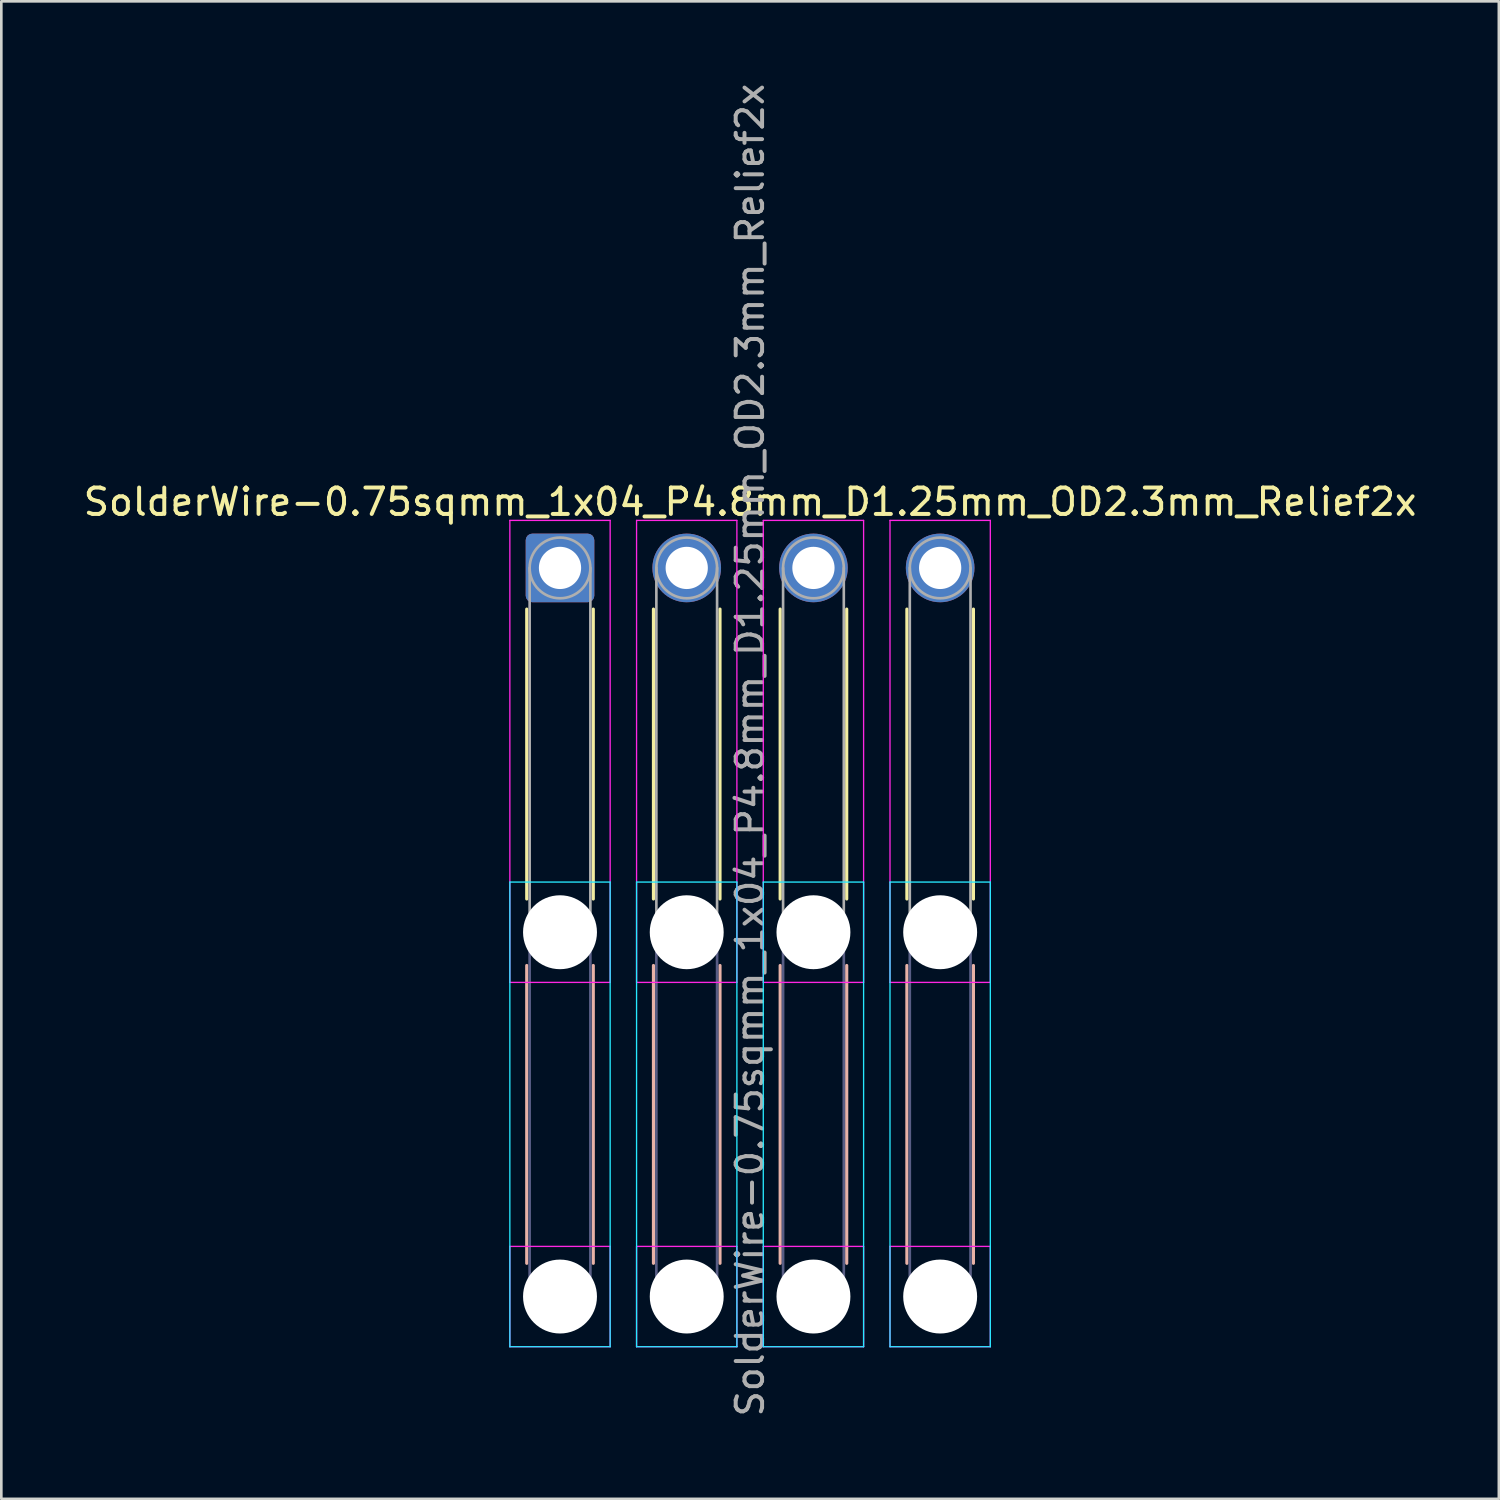
<source format=kicad_pcb>
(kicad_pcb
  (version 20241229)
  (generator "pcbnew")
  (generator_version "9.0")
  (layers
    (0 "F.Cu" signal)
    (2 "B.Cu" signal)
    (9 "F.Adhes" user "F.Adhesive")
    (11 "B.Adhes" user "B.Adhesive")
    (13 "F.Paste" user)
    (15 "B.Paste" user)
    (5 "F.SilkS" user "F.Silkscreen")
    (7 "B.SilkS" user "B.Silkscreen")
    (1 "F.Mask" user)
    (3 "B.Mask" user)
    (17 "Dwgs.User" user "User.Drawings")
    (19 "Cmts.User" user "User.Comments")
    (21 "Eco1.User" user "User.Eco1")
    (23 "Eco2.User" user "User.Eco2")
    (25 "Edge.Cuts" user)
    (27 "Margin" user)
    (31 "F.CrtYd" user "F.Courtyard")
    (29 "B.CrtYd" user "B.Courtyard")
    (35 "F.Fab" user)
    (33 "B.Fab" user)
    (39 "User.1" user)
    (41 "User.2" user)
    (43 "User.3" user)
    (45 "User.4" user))
  (footprint "SolderWire-0.75sqmm_1x04_P4.8mm_D1.25mm_OD2.3mm_Relief2x"
    (layer "F.Cu")
    (at 18.163 18.463)
    (property "Reference" "SolderWire-0.75sqmm_1x04_P4.8mm_D1.25mm_OD2.3mm_Relief2x" (at 7.2 -2.5 0) (layer "F.SilkS") (effects (font (size 1 1) (thickness 0.15))))
    (attr exclude_from_pos_files exclude_from_bom)
    (fp_line (start -1.26 1.56) (end -1.26 12.54) (stroke (width 0.12) (type solid)) (layer "F.SilkS"))
    (fp_line (start 1.26 1.56) (end 1.26 12.54) (stroke (width 0.12) (type solid)) (layer "F.SilkS"))
    (fp_line (start 3.54 1.56) (end 3.54 12.54) (stroke (width 0.12) (type solid)) (layer "F.SilkS"))
    (fp_line (start 6.06 1.56) (end 6.06 12.54) (stroke (width 0.12) (type solid)) (layer "F.SilkS"))
    (fp_line (start 8.34 1.56) (end 8.34 12.54) (stroke (width 0.12) (type solid)) (layer "F.SilkS"))
    (fp_line (start 10.86 1.56) (end 10.86 12.54) (stroke (width 0.12) (type solid)) (layer "F.SilkS"))
    (fp_line (start 13.14 1.56) (end 13.14 12.54) (stroke (width 0.12) (type solid)) (layer "F.SilkS"))
    (fp_line (start 15.66 1.56) (end 15.66 12.54) (stroke (width 0.12) (type solid)) (layer "F.SilkS"))
    (fp_line (start -1.26 15.06) (end -1.26 26.34) (stroke (width 0.12) (type solid)) (layer "B.SilkS"))
    (fp_line (start 1.26 15.06) (end 1.26 26.34) (stroke (width 0.12) (type solid)) (layer "B.SilkS"))
    (fp_line (start 3.54 15.06) (end 3.54 26.34) (stroke (width 0.12) (type solid)) (layer "B.SilkS"))
    (fp_line (start 6.06 15.06) (end 6.06 26.34) (stroke (width 0.12) (type solid)) (layer "B.SilkS"))
    (fp_line (start 8.34 15.06) (end 8.34 26.34) (stroke (width 0.12) (type solid)) (layer "B.SilkS"))
    (fp_line (start 10.86 15.06) (end 10.86 26.34) (stroke (width 0.12) (type solid)) (layer "B.SilkS"))
    (fp_line (start 13.14 15.06) (end 13.14 26.34) (stroke (width 0.12) (type solid)) (layer "B.SilkS"))
    (fp_line (start 15.66 15.06) (end 15.66 26.34) (stroke (width 0.12) (type solid)) (layer "B.SilkS"))
    (fp_line (start -1.9 11.9) (end -1.9 29.5) (stroke (width 0.05) (type solid)) (layer "B.CrtYd"))
    (fp_line (start -1.9 29.5) (end 1.9 29.5) (stroke (width 0.05) (type solid)) (layer "B.CrtYd"))
    (fp_line (start 1.9 11.9) (end -1.9 11.9) (stroke (width 0.05) (type solid)) (layer "B.CrtYd"))
    (fp_line (start 1.9 29.5) (end 1.9 11.9) (stroke (width 0.05) (type solid)) (layer "B.CrtYd"))
    (fp_line (start 2.9 11.9) (end 2.9 29.5) (stroke (width 0.05) (type solid)) (layer "B.CrtYd"))
    (fp_line (start 2.9 29.5) (end 6.7 29.5) (stroke (width 0.05) (type solid)) (layer "B.CrtYd"))
    (fp_line (start 6.7 11.9) (end 2.9 11.9) (stroke (width 0.05) (type solid)) (layer "B.CrtYd"))
    (fp_line (start 6.7 29.5) (end 6.7 11.9) (stroke (width 0.05) (type solid)) (layer "B.CrtYd"))
    (fp_line (start 7.7 11.9) (end 7.7 29.5) (stroke (width 0.05) (type solid)) (layer "B.CrtYd"))
    (fp_line (start 7.7 29.5) (end 11.5 29.5) (stroke (width 0.05) (type solid)) (layer "B.CrtYd"))
    (fp_line (start 11.5 11.9) (end 7.7 11.9) (stroke (width 0.05) (type solid)) (layer "B.CrtYd"))
    (fp_line (start 11.5 29.5) (end 11.5 11.9) (stroke (width 0.05) (type solid)) (layer "B.CrtYd"))
    (fp_line (start 12.5 11.9) (end 12.5 29.5) (stroke (width 0.05) (type solid)) (layer "B.CrtYd"))
    (fp_line (start 12.5 29.5) (end 16.3 29.5) (stroke (width 0.05) (type solid)) (layer "B.CrtYd"))
    (fp_line (start 16.3 11.9) (end 12.5 11.9) (stroke (width 0.05) (type solid)) (layer "B.CrtYd"))
    (fp_line (start 16.3 29.5) (end 16.3 11.9) (stroke (width 0.05) (type solid)) (layer "B.CrtYd"))
    (fp_line (start -1.9 -1.8) (end -1.9 15.7) (stroke (width 0.05) (type solid)) (layer "F.CrtYd"))
    (fp_line (start -1.9 15.7) (end 1.9 15.7) (stroke (width 0.05) (type solid)) (layer "F.CrtYd"))
    (fp_line (start -1.9 25.7) (end -1.9 29.5) (stroke (width 0.05) (type solid)) (layer "F.CrtYd"))
    (fp_line (start -1.9 29.5) (end 1.9 29.5) (stroke (width 0.05) (type solid)) (layer "F.CrtYd"))
    (fp_line (start 1.9 -1.8) (end -1.9 -1.8) (stroke (width 0.05) (type solid)) (layer "F.CrtYd"))
    (fp_line (start 1.9 15.7) (end 1.9 -1.8) (stroke (width 0.05) (type solid)) (layer "F.CrtYd"))
    (fp_line (start 1.9 25.7) (end -1.9 25.7) (stroke (width 0.05) (type solid)) (layer "F.CrtYd"))
    (fp_line (start 1.9 29.5) (end 1.9 25.7) (stroke (width 0.05) (type solid)) (layer "F.CrtYd"))
    (fp_line (start 2.9 -1.8) (end 2.9 15.7) (stroke (width 0.05) (type solid)) (layer "F.CrtYd"))
    (fp_line (start 2.9 15.7) (end 6.7 15.7) (stroke (width 0.05) (type solid)) (layer "F.CrtYd"))
    (fp_line (start 2.9 25.7) (end 2.9 29.5) (stroke (width 0.05) (type solid)) (layer "F.CrtYd"))
    (fp_line (start 2.9 29.5) (end 6.7 29.5) (stroke (width 0.05) (type solid)) (layer "F.CrtYd"))
    (fp_line (start 6.7 -1.8) (end 2.9 -1.8) (stroke (width 0.05) (type solid)) (layer "F.CrtYd"))
    (fp_line (start 6.7 15.7) (end 6.7 -1.8) (stroke (width 0.05) (type solid)) (layer "F.CrtYd"))
    (fp_line (start 6.7 25.7) (end 2.9 25.7) (stroke (width 0.05) (type solid)) (layer "F.CrtYd"))
    (fp_line (start 6.7 29.5) (end 6.7 25.7) (stroke (width 0.05) (type solid)) (layer "F.CrtYd"))
    (fp_line (start 7.7 -1.8) (end 7.7 15.7) (stroke (width 0.05) (type solid)) (layer "F.CrtYd"))
    (fp_line (start 7.7 15.7) (end 11.5 15.7) (stroke (width 0.05) (type solid)) (layer "F.CrtYd"))
    (fp_line (start 7.7 25.7) (end 7.7 29.5) (stroke (width 0.05) (type solid)) (layer "F.CrtYd"))
    (fp_line (start 7.7 29.5) (end 11.5 29.5) (stroke (width 0.05) (type solid)) (layer "F.CrtYd"))
    (fp_line (start 11.5 -1.8) (end 7.7 -1.8) (stroke (width 0.05) (type solid)) (layer "F.CrtYd"))
    (fp_line (start 11.5 15.7) (end 11.5 -1.8) (stroke (width 0.05) (type solid)) (layer "F.CrtYd"))
    (fp_line (start 11.5 25.7) (end 7.7 25.7) (stroke (width 0.05) (type solid)) (layer "F.CrtYd"))
    (fp_line (start 11.5 29.5) (end 11.5 25.7) (stroke (width 0.05) (type solid)) (layer "F.CrtYd"))
    (fp_line (start 12.5 -1.8) (end 12.5 15.7) (stroke (width 0.05) (type solid)) (layer "F.CrtYd"))
    (fp_line (start 12.5 15.7) (end 16.3 15.7) (stroke (width 0.05) (type solid)) (layer "F.CrtYd"))
    (fp_line (start 12.5 25.7) (end 12.5 29.5) (stroke (width 0.05) (type solid)) (layer "F.CrtYd"))
    (fp_line (start 12.5 29.5) (end 16.3 29.5) (stroke (width 0.05) (type solid)) (layer "F.CrtYd"))
    (fp_line (start 16.3 -1.8) (end 12.5 -1.8) (stroke (width 0.05) (type solid)) (layer "F.CrtYd"))
    (fp_line (start 16.3 15.7) (end 16.3 -1.8) (stroke (width 0.05) (type solid)) (layer "F.CrtYd"))
    (fp_line (start 16.3 25.7) (end 12.5 25.7) (stroke (width 0.05) (type solid)) (layer "F.CrtYd"))
    (fp_line (start 16.3 29.5) (end 16.3 25.7) (stroke (width 0.05) (type solid)) (layer "F.CrtYd"))
    (fp_line (start -1.15 13.8) (end -1.15 27.6) (stroke (width 0.1) (type solid)) (layer "B.Fab"))
    (fp_line (start 1.15 13.8) (end 1.15 27.6) (stroke (width 0.1) (type solid)) (layer "B.Fab"))
    (fp_line (start 3.65 13.8) (end 3.65 27.6) (stroke (width 0.1) (type solid)) (layer "B.Fab"))
    (fp_line (start 5.95 13.8) (end 5.95 27.6) (stroke (width 0.1) (type solid)) (layer "B.Fab"))
    (fp_line (start 8.45 13.8) (end 8.45 27.6) (stroke (width 0.1) (type solid)) (layer "B.Fab"))
    (fp_line (start 10.75 13.8) (end 10.75 27.6) (stroke (width 0.1) (type solid)) (layer "B.Fab"))
    (fp_line (start 13.25 13.8) (end 13.25 27.6) (stroke (width 0.1) (type solid)) (layer "B.Fab"))
    (fp_line (start 15.55 13.8) (end 15.55 27.6) (stroke (width 0.1) (type solid)) (layer "B.Fab"))
    (fp_circle (center 0 13.8) (end 1.15 13.8) (stroke (width 0.1) (type solid)) (fill no) (layer "B.Fab"))
    (fp_circle (center 0 27.6) (end 1.15 27.6) (stroke (width 0.1) (type solid)) (fill no) (layer "B.Fab"))
    (fp_circle (center 4.8 13.8) (end 5.95 13.8) (stroke (width 0.1) (type solid)) (fill no) (layer "B.Fab"))
    (fp_circle (center 4.8 27.6) (end 5.95 27.6) (stroke (width 0.1) (type solid)) (fill no) (layer "B.Fab"))
    (fp_circle (center 9.6 13.8) (end 10.75 13.8) (stroke (width 0.1) (type solid)) (fill no) (layer "B.Fab"))
    (fp_circle (center 9.6 27.6) (end 10.75 27.6) (stroke (width 0.1) (type solid)) (fill no) (layer "B.Fab"))
    (fp_circle (center 14.4 13.8) (end 15.55 13.8) (stroke (width 0.1) (type solid)) (fill no) (layer "B.Fab"))
    (fp_circle (center 14.4 27.6) (end 15.55 27.6) (stroke (width 0.1) (type solid)) (fill no) (layer "B.Fab"))
    (fp_line (start -1.15 0) (end -1.15 13.8) (stroke (width 0.1) (type solid)) (layer "F.Fab"))
    (fp_line (start 1.15 0) (end 1.15 13.8) (stroke (width 0.1) (type solid)) (layer "F.Fab"))
    (fp_line (start 3.65 0) (end 3.65 13.8) (stroke (width 0.1) (type solid)) (layer "F.Fab"))
    (fp_line (start 5.95 0) (end 5.95 13.8) (stroke (width 0.1) (type solid)) (layer "F.Fab"))
    (fp_line (start 8.45 0) (end 8.45 13.8) (stroke (width 0.1) (type solid)) (layer "F.Fab"))
    (fp_line (start 10.75 0) (end 10.75 13.8) (stroke (width 0.1) (type solid)) (layer "F.Fab"))
    (fp_line (start 13.25 0) (end 13.25 13.8) (stroke (width 0.1) (type solid)) (layer "F.Fab"))
    (fp_line (start 15.55 0) (end 15.55 13.8) (stroke (width 0.1) (type solid)) (layer "F.Fab"))
    (fp_circle (center 0 0) (end 1.15 0) (stroke (width 0.1) (type solid)) (fill no) (layer "F.Fab"))
    (fp_circle (center 0 13.8) (end 1.15 13.8) (stroke (width 0.1) (type solid)) (fill no) (layer "F.Fab"))
    (fp_circle (center 0 27.6) (end 1.15 27.6) (stroke (width 0.1) (type solid)) (fill no) (layer "F.Fab"))
    (fp_circle (center 4.8 0) (end 5.95 0) (stroke (width 0.1) (type solid)) (fill no) (layer "F.Fab"))
    (fp_circle (center 4.8 13.8) (end 5.95 13.8) (stroke (width 0.1) (type solid)) (fill no) (layer "F.Fab"))
    (fp_circle (center 4.8 27.6) (end 5.95 27.6) (stroke (width 0.1) (type solid)) (fill no) (layer "F.Fab"))
    (fp_circle (center 9.6 0) (end 10.75 0) (stroke (width 0.1) (type solid)) (fill no) (layer "F.Fab"))
    (fp_circle (center 9.6 13.8) (end 10.75 13.8) (stroke (width 0.1) (type solid)) (fill no) (layer "F.Fab"))
    (fp_circle (center 9.6 27.6) (end 10.75 27.6) (stroke (width 0.1) (type solid)) (fill no) (layer "F.Fab"))
    (fp_circle (center 14.4 0) (end 15.55 0) (stroke (width 0.1) (type solid)) (fill no) (layer "F.Fab"))
    (fp_circle (center 14.4 13.8) (end 15.55 13.8) (stroke (width 0.1) (type solid)) (fill no) (layer "F.Fab"))
    (fp_circle (center 14.4 27.6) (end 15.55 27.6) (stroke (width 0.1) (type solid)) (fill no) (layer "F.Fab"))
    (fp_text user "${REFERENCE}" (at 7.2 6.9 90) (layer "F.Fab") (effects (font (size 1 1) (thickness 0.15))))
    (pad "" np_thru_hole circle (at 0 13.8) (size 2.8 2.8) (drill 2.8) (layers "*.Cu" "*.Mask"))
    (pad "" np_thru_hole circle (at 0 27.6) (size 2.8 2.8) (drill 2.8) (layers "*.Cu" "*.Mask"))
    (pad "" np_thru_hole circle (at 4.8 13.8) (size 2.8 2.8) (drill 2.8) (layers "*.Cu" "*.Mask"))
    (pad "" np_thru_hole circle (at 4.8 27.6) (size 2.8 2.8) (drill 2.8) (layers "*.Cu" "*.Mask"))
    (pad "" np_thru_hole circle (at 9.6 13.8) (size 2.8 2.8) (drill 2.8) (layers "*.Cu" "*.Mask"))
    (pad "" np_thru_hole circle (at 9.6 27.6) (size 2.8 2.8) (drill 2.8) (layers "*.Cu" "*.Mask"))
    (pad "" np_thru_hole circle (at 14.4 13.8) (size 2.8 2.8) (drill 2.8) (layers "*.Cu" "*.Mask"))
    (pad "" np_thru_hole circle (at 14.4 27.6) (size 2.8 2.8) (drill 2.8) (layers "*.Cu" "*.Mask"))
    (pad "1" thru_hole roundrect (at 0 0) (size 2.6 2.6) (drill 1.6) (layers "*.Cu" "*.Mask") (roundrect_rratio 0.096))
    (pad "2" thru_hole circle (at 4.8 0) (size 2.6 2.6) (drill 1.6) (layers "*.Cu" "*.Mask"))
    (pad "3" thru_hole circle (at 9.6 0) (size 2.6 2.6) (drill 1.6) (layers "*.Cu" "*.Mask"))
    (pad "4" thru_hole circle (at 14.4 0) (size 2.6 2.6) (drill 1.6) (layers "*.Cu" "*.Mask")))
  (gr_rect
    (start -3 -3)
    (end 53.726 53.726)
    (stroke (width 0.1) (type default))
    (fill no)
    (layer "Edge.Cuts")))
</source>
